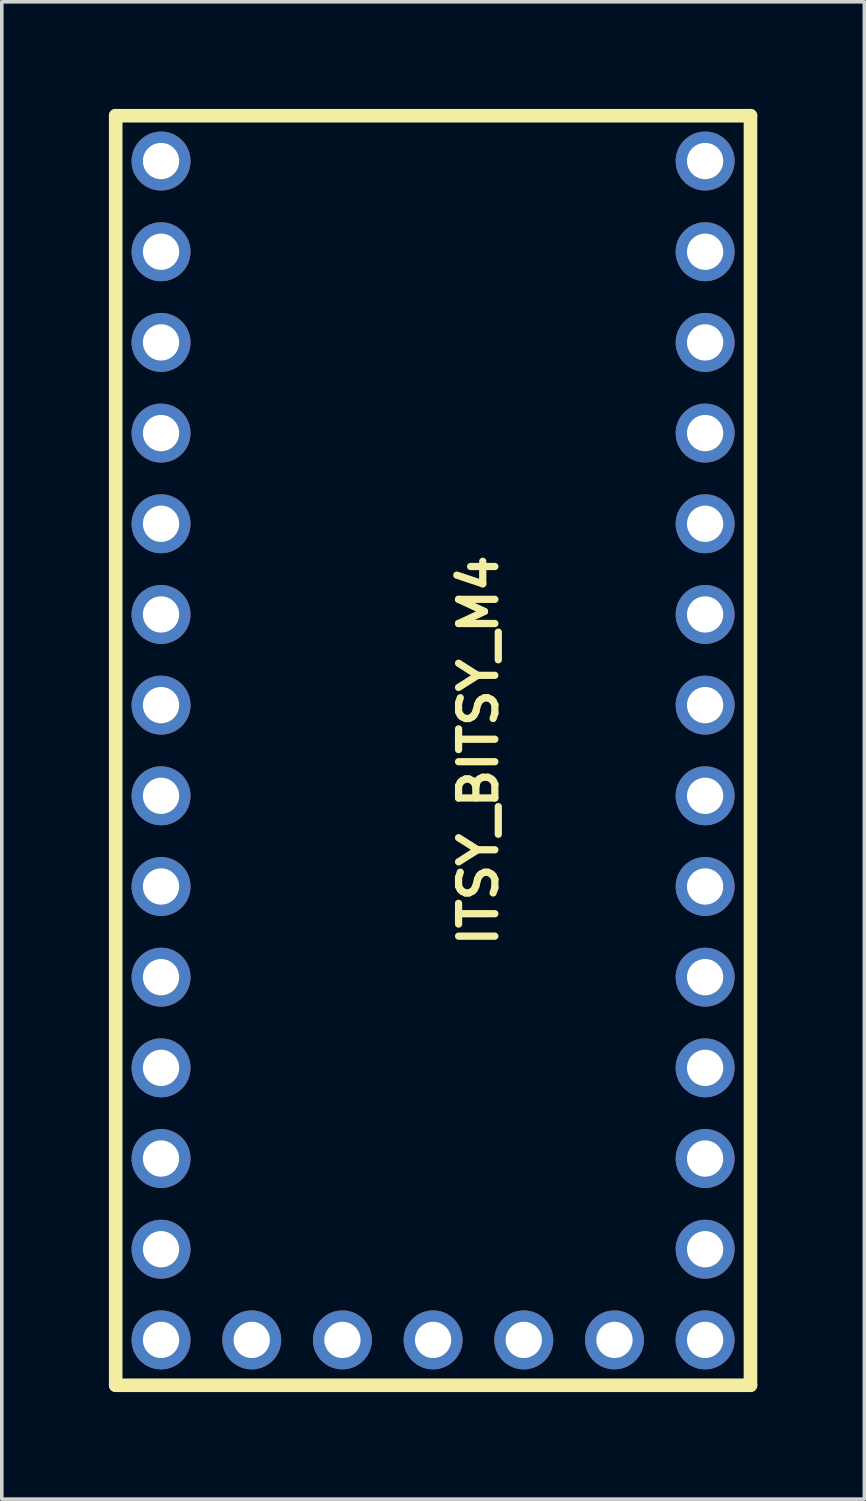
<source format=kicad_pcb>
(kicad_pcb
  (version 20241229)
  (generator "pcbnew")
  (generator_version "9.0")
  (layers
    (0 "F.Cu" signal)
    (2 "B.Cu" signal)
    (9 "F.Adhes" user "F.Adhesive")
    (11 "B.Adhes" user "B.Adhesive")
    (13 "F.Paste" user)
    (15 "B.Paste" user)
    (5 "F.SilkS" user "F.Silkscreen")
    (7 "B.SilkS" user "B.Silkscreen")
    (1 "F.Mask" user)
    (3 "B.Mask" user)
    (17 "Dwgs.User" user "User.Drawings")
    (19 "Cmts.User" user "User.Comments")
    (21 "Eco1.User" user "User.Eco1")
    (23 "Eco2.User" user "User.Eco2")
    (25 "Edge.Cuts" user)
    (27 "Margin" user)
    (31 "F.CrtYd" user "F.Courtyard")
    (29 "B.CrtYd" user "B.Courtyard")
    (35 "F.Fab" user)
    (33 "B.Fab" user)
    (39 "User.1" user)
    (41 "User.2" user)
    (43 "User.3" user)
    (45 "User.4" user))
  (footprint "ITSY_BITSY_M4"
    (layer "F.Cu")
    (at 9.081 17.971)
    (property "Reference" "ITSY_BITSY_M4" (at 1.27 0 90) (layer "F.SilkS") (effects (font (size 1.016 1.016) (thickness 0.203))))
    (attr through_hole)
    (fp_line (start -8.89 -17.78) (end -8.89 17.78) (stroke (width 0.381) (type solid)) (layer "F.SilkS"))
    (fp_line (start -8.89 17.78) (end 8.89 17.78) (stroke (width 0.381) (type solid)) (layer "F.SilkS"))
    (fp_line (start 8.89 -17.78) (end -8.89 -17.78) (stroke (width 0.381) (type solid)) (layer "F.SilkS"))
    (fp_line (start 8.89 17.78) (end 8.89 -17.78) (stroke (width 0.381) (type solid)) (layer "F.SilkS"))
    (pad "1" thru_hole circle (at -7.62 -16.51) (size 1.651 1.651) (drill 1.016) (layers "*.Cu" "*.Mask"))
    (pad "2" thru_hole circle (at -7.62 -13.97) (size 1.651 1.651) (drill 1.016) (layers "*.Cu" "*.Mask"))
    (pad "3" thru_hole circle (at -7.62 -11.43) (size 1.651 1.651) (drill 1.016) (layers "*.Cu" "*.Mask"))
    (pad "4" thru_hole circle (at -7.62 -8.89) (size 1.651 1.651) (drill 1.016) (layers "*.Cu" "*.Mask"))
    (pad "5" thru_hole circle (at -7.62 -6.35) (size 1.651 1.651) (drill 1.016) (layers "*.Cu" "*.Mask"))
    (pad "6" thru_hole circle (at -7.62 -3.81) (size 1.651 1.651) (drill 1.016) (layers "*.Cu" "*.Mask"))
    (pad "7" thru_hole circle (at -7.62 -1.27) (size 1.651 1.651) (drill 1.016) (layers "*.Cu" "*.Mask"))
    (pad "8" thru_hole circle (at -7.62 1.27) (size 1.651 1.651) (drill 1.016) (layers "*.Cu" "*.Mask"))
    (pad "9" thru_hole circle (at -7.62 3.81) (size 1.651 1.651) (drill 1.016) (layers "*.Cu" "*.Mask"))
    (pad "10" thru_hole circle (at -7.62 6.35) (size 1.651 1.651) (drill 1.016) (layers "*.Cu" "*.Mask"))
    (pad "11" thru_hole circle (at -7.62 8.89) (size 1.651 1.651) (drill 1.016) (layers "*.Cu" "*.Mask"))
    (pad "12" thru_hole circle (at -7.62 11.43) (size 1.651 1.651) (drill 1.016) (layers "*.Cu" "*.Mask"))
    (pad "13" thru_hole circle (at -7.62 13.97) (size 1.651 1.651) (drill 1.016) (layers "*.Cu" "*.Mask"))
    (pad "14" thru_hole circle (at -7.62 16.51) (size 1.651 1.651) (drill 1.016) (layers "*.Cu" "*.Mask"))
    (pad "15" thru_hole circle (at -5.08 16.51) (size 1.651 1.651) (drill 1.016) (layers "*.Cu" "*.Mask"))
    (pad "16" thru_hole circle (at -2.54 16.51) (size 1.651 1.651) (drill 1.016) (layers "*.Cu" "*.Mask"))
    (pad "17" thru_hole circle (at 0 16.51) (size 1.651 1.651) (drill 1.016) (layers "*.Cu" "*.Mask"))
    (pad "18" thru_hole circle (at 2.54 16.51) (size 1.651 1.651) (drill 1.016) (layers "*.Cu" "*.Mask"))
    (pad "19" thru_hole circle (at 5.08 16.51) (size 1.651 1.651) (drill 1.016) (layers "*.Cu" "*.Mask"))
    (pad "20" thru_hole circle (at 7.62 16.51) (size 1.651 1.651) (drill 1.016) (layers "*.Cu" "*.Mask"))
    (pad "21" thru_hole circle (at 7.62 13.97) (size 1.651 1.651) (drill 1.016) (layers "*.Cu" "*.Mask"))
    (pad "22" thru_hole circle (at 7.62 11.43) (size 1.651 1.651) (drill 1.016) (layers "*.Cu" "*.Mask"))
    (pad "23" thru_hole circle (at 7.62 8.89) (size 1.651 1.651) (drill 1.016) (layers "*.Cu" "*.Mask"))
    (pad "24" thru_hole circle (at 7.62 6.35) (size 1.651 1.651) (drill 1.016) (layers "*.Cu" "*.Mask"))
    (pad "25" thru_hole circle (at 7.62 3.81) (size 1.651 1.651) (drill 1.016) (layers "*.Cu" "*.Mask"))
    (pad "26" thru_hole circle (at 7.62 1.27) (size 1.651 1.651) (drill 1.016) (layers "*.Cu" "*.Mask"))
    (pad "27" thru_hole circle (at 7.62 -1.27) (size 1.651 1.651) (drill 1.016) (layers "*.Cu" "*.Mask"))
    (pad "28" thru_hole circle (at 7.62 -3.81) (size 1.651 1.651) (drill 1.016) (layers "*.Cu" "*.Mask"))
    (pad "29" thru_hole circle (at 7.62 -6.35) (size 1.651 1.651) (drill 1.016) (layers "*.Cu" "*.Mask"))
    (pad "30" thru_hole circle (at 7.62 -8.89) (size 1.651 1.651) (drill 1.016) (layers "*.Cu" "*.Mask"))
    (pad "31" thru_hole circle (at 7.62 -11.43) (size 1.651 1.651) (drill 1.016) (layers "*.Cu" "*.Mask"))
    (pad "32" thru_hole circle (at 7.62 -13.97) (size 1.651 1.651) (drill 1.016) (layers "*.Cu" "*.Mask"))
    (pad "33" thru_hole circle (at 7.62 -16.51) (size 1.651 1.651) (drill 1.016) (layers "*.Cu" "*.Mask")))
  (gr_rect
    (start -3 -3)
    (end 21.161 38.941)
    (stroke (width 0.1) (type default))
    (fill no)
    (layer "Edge.Cuts")))
</source>
